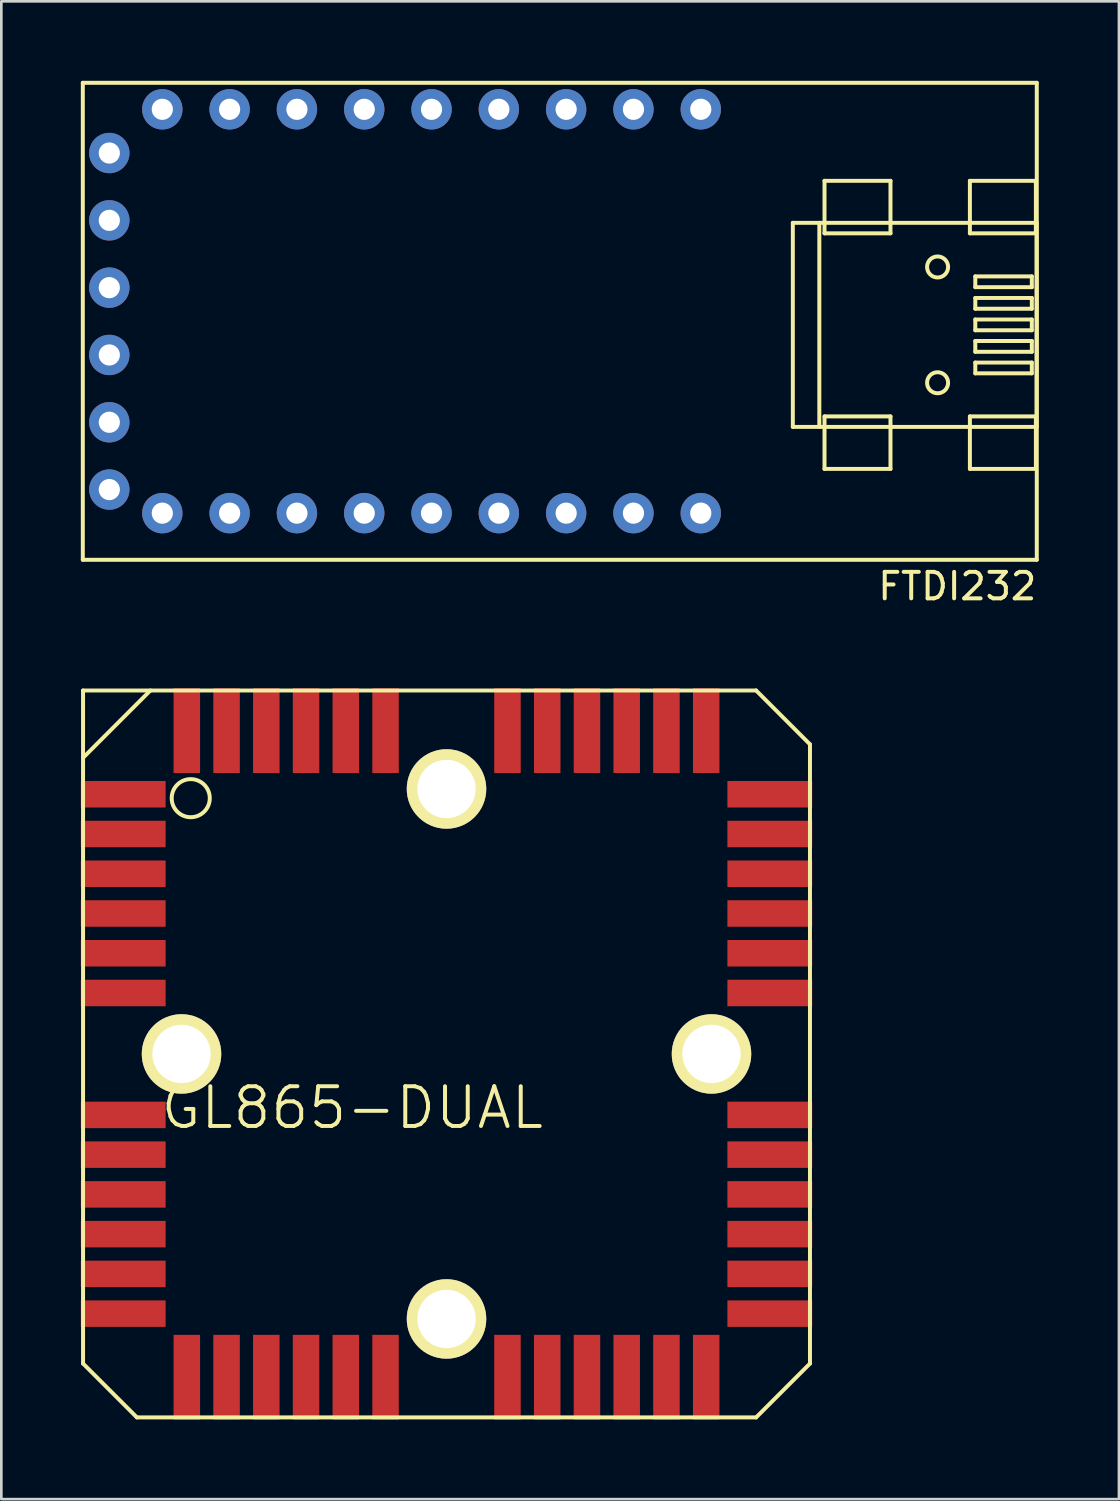
<source format=kicad_pcb>
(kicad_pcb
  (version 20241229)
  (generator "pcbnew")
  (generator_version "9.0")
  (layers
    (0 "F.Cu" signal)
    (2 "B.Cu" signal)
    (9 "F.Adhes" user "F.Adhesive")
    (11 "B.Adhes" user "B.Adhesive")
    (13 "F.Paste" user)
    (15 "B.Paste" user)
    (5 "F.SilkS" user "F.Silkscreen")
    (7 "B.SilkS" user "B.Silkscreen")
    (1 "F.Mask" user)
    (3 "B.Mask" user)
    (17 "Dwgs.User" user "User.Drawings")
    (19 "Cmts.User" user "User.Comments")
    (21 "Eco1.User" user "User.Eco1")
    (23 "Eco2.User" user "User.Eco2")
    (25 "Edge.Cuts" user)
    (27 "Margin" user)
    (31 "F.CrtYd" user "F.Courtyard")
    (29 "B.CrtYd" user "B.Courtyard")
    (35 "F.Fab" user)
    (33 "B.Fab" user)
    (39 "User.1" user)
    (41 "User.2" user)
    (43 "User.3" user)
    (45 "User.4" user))
  (footprint "GL865-DUAL"
    (layer "F.Cu")
    (at 13.8 36.723)
    (property "Reference" "GL865-DUAL" (at -3.556 2.032 0) (layer "F.SilkS") (effects (font (size 1.5 1.5) (thickness 0.15))))
    (attr through_hole)
    (fp_line (start -13.716 -13.716) (end -13.716 11.684) (stroke (width 0.15) (type solid)) (layer "F.SilkS"))
    (fp_line (start -13.716 -11.176) (end -11.176 -13.716) (stroke (width 0.15) (type solid)) (layer "F.SilkS"))
    (fp_line (start -13.716 11.684) (end -11.684 13.716) (stroke (width 0.15) (type solid)) (layer "F.SilkS"))
    (fp_line (start -11.684 13.716) (end 11.684 13.716) (stroke (width 0.15) (type solid)) (layer "F.SilkS"))
    (fp_line (start 11.684 -13.716) (end -13.716 -13.716) (stroke (width 0.15) (type solid)) (layer "F.SilkS"))
    (fp_line (start 11.684 13.716) (end 13.716 11.684) (stroke (width 0.15) (type solid)) (layer "F.SilkS"))
    (fp_line (start 13.716 -11.684) (end 11.684 -13.716) (stroke (width 0.15) (type solid)) (layer "F.SilkS"))
    (fp_line (start 13.716 11.684) (end 13.716 -11.684) (stroke (width 0.15) (type solid)) (layer "F.SilkS"))
    (fp_circle (center -9.652 -9.652) (end -9.144 -9.144) (stroke (width 0.15) (type solid)) (fill no) (layer "F.SilkS"))
    (pad "" np_thru_hole circle (at -10 0) (size 3 3) (drill 2.2) (layers "*.Cu" "*.Mask" "F.SilkS"))
    (pad "" np_thru_hole circle (at 0 -10) (size 3 3) (drill 2.2) (layers "*.Cu" "*.Mask" "F.SilkS"))
    (pad "" np_thru_hole circle (at 0 10) (size 3 3) (drill 2.2) (layers "*.Cu" "*.Mask" "F.SilkS"))
    (pad "" np_thru_hole circle (at 10 0) (size 3 3) (drill 2.2) (layers "*.Cu" "*.Mask" "F.SilkS"))
    (pad "1" smd rect (at -12.2 -9.8) (size 3.2 1) (layers "F.Cu" "F.Mask" "F.Paste"))
    (pad "2" smd rect (at -12.2 -8.3) (size 3.2 1) (layers "F.Cu" "F.Mask" "F.Paste"))
    (pad "3" smd rect (at -12.2 -6.8) (size 3.2 1) (layers "F.Cu" "F.Mask" "F.Paste"))
    (pad "4" smd rect (at -12.2 -5.3) (size 3.2 1) (layers "F.Cu" "F.Mask" "F.Paste"))
    (pad "5" smd rect (at -12.2 -3.8) (size 3.2 1) (layers "F.Cu" "F.Mask" "F.Paste"))
    (pad "6" smd rect (at -12.2 -2.3) (size 3.2 1) (layers "F.Cu" "F.Mask" "F.Paste"))
    (pad "7" smd rect (at -12.2 2.3) (size 3.2 1) (layers "F.Cu" "F.Mask" "F.Paste"))
    (pad "8" smd rect (at -12.2 3.8) (size 3.2 1) (layers "F.Cu" "F.Mask" "F.Paste"))
    (pad "9" smd rect (at -12.2 5.3) (size 3.2 1) (layers "F.Cu" "F.Mask" "F.Paste"))
    (pad "10" smd rect (at -12.2 6.8) (size 3.2 1) (layers "F.Cu" "F.Mask" "F.Paste"))
    (pad "11" smd rect (at -12.2 8.3) (size 3.2 1) (layers "F.Cu" "F.Mask" "F.Paste"))
    (pad "12" smd rect (at -12.2 9.8) (size 3.2 1) (layers "F.Cu" "F.Mask" "F.Paste"))
    (pad "13" smd rect (at -9.8 12.2) (size 1 3.2) (layers "F.Cu" "F.Mask" "F.Paste"))
    (pad "14" smd rect (at -8.3 12.2) (size 1 3.2) (layers "F.Cu" "F.Mask" "F.Paste"))
    (pad "15" smd rect (at -6.8 12.2) (size 1 3.2) (layers "F.Cu" "F.Mask" "F.Paste"))
    (pad "16" smd rect (at -5.3 12.2) (size 1 3.2) (layers "F.Cu" "F.Mask" "F.Paste"))
    (pad "17" smd rect (at -3.8 12.2) (size 1 3.2) (layers "F.Cu" "F.Mask" "F.Paste"))
    (pad "18" smd rect (at -2.3 12.2) (size 1 3.2) (layers "F.Cu" "F.Mask" "F.Paste"))
    (pad "19" smd rect (at 2.3 12.2) (size 1 3.2) (layers "F.Cu" "F.Mask" "F.Paste"))
    (pad "20" smd rect (at 3.8 12.2) (size 1 3.2) (layers "F.Cu" "F.Mask" "F.Paste"))
    (pad "21" smd rect (at 5.3 12.2) (size 1 3.2) (layers "F.Cu" "F.Mask" "F.Paste"))
    (pad "22" smd rect (at 6.8 12.2) (size 1 3.2) (layers "F.Cu" "F.Mask" "F.Paste"))
    (pad "23" smd rect (at 8.3 12.2) (size 1 3.2) (layers "F.Cu" "F.Mask" "F.Paste"))
    (pad "24" smd rect (at 9.8 12.2) (size 1 3.2) (layers "F.Cu" "F.Mask" "F.Paste"))
    (pad "25" smd rect (at 12.2 9.8) (size 3.2 1) (layers "F.Cu" "F.Mask" "F.Paste"))
    (pad "26" smd rect (at 12.2 8.3) (size 3.2 1) (layers "F.Cu" "F.Mask" "F.Paste"))
    (pad "27" smd rect (at 12.2 6.8) (size 3.2 1) (layers "F.Cu" "F.Mask" "F.Paste"))
    (pad "28" smd rect (at 12.2 5.3) (size 3.2 1) (layers "F.Cu" "F.Mask" "F.Paste"))
    (pad "29" smd rect (at 12.2 3.8) (size 3.2 1) (layers "F.Cu" "F.Mask" "F.Paste"))
    (pad "30" smd rect (at 12.2 2.3) (size 3.2 1) (layers "F.Cu" "F.Mask" "F.Paste"))
    (pad "31" smd rect (at 12.2 -2.3) (size 3.2 1) (layers "F.Cu" "F.Mask" "F.Paste"))
    (pad "32" smd rect (at 12.2 -3.8) (size 3.2 1) (layers "F.Cu" "F.Mask" "F.Paste"))
    (pad "33" smd rect (at 12.2 -5.3) (size 3.2 1) (layers "F.Cu" "F.Mask" "F.Paste"))
    (pad "34" smd rect (at 12.2 -6.8) (size 3.2 1) (layers "F.Cu" "F.Mask" "F.Paste"))
    (pad "35" smd rect (at 12.2 -8.3) (size 3.2 1) (layers "F.Cu" "F.Mask" "F.Paste"))
    (pad "36" smd rect (at 12.2 -9.8) (size 3.2 1) (layers "F.Cu" "F.Mask" "F.Paste"))
    (pad "37" smd rect (at 9.8 -12.2) (size 1 3.2) (layers "F.Cu" "F.Mask" "F.Paste"))
    (pad "38" smd rect (at 8.3 -12.2) (size 1 3.2) (layers "F.Cu" "F.Mask" "F.Paste"))
    (pad "39" smd rect (at 6.8 -12.2) (size 1 3.2) (layers "F.Cu" "F.Mask" "F.Paste"))
    (pad "40" smd rect (at 5.3 -12.2) (size 1 3.2) (layers "F.Cu" "F.Mask" "F.Paste"))
    (pad "41" smd rect (at 3.8 -12.2) (size 1 3.2) (layers "F.Cu" "F.Mask" "F.Paste"))
    (pad "42" smd rect (at 2.3 -12.2) (size 1 3.2) (layers "F.Cu" "F.Mask" "F.Paste"))
    (pad "43" smd rect (at -2.3 -12.2) (size 1 3.2) (layers "F.Cu" "F.Mask" "F.Paste"))
    (pad "44" smd rect (at -3.8 -12.2) (size 1 3.2) (layers "F.Cu" "F.Mask" "F.Paste"))
    (pad "45" smd rect (at -5.3 -12.2) (size 1 3.2) (layers "F.Cu" "F.Mask" "F.Paste"))
    (pad "46" smd rect (at -6.8 -12.2) (size 1 3.2) (layers "F.Cu" "F.Mask" "F.Paste"))
    (pad "47" smd rect (at -8.3 -12.2) (size 1 3.2) (layers "F.Cu" "F.Mask" "F.Paste"))
    (pad "48" smd rect (at -9.8 -12.2) (size 1 3.2) (layers "F.Cu" "F.Mask" "F.Paste")))
  (footprint "FTDI232"
    (layer "F.Cu")
    (at 18.075 9.075)
    (property "Reference" "FTDI232" (at 15 10 0) (layer "F.SilkS") (effects (font (size 1 1) (thickness 0.15))))
    (attr smd)
    (fp_line (start -18 -9) (end -18 9) (stroke (width 0.15) (type solid)) (layer "F.SilkS"))
    (fp_line (start -18 9) (end 18 9) (stroke (width 0.15) (type solid)) (layer "F.SilkS"))
    (fp_line (start 8.794 -3.716) (end 8.794 3.985) (stroke (width 0.15) (type solid)) (layer "F.SilkS"))
    (fp_line (start 8.794 3.985) (end 17.994 3.985) (stroke (width 0.15) (type solid)) (layer "F.SilkS"))
    (fp_line (start 9.794 -3.716) (end 9.794 3.985) (stroke (width 0.15) (type solid)) (layer "F.SilkS"))
    (fp_line (start 9.99 -5.301) (end 12.479 -5.301) (stroke (width 0.15) (type solid)) (layer "F.SilkS"))
    (fp_line (start 9.99 -3.32) (end 9.99 -5.301) (stroke (width 0.15) (type solid)) (layer "F.SilkS"))
    (fp_line (start 9.99 3.589) (end 12.479 3.589) (stroke (width 0.15) (type solid)) (layer "F.SilkS"))
    (fp_line (start 9.99 5.57) (end 9.99 3.589) (stroke (width 0.15) (type solid)) (layer "F.SilkS"))
    (fp_line (start 12.479 -5.301) (end 12.479 -3.32) (stroke (width 0.15) (type solid)) (layer "F.SilkS"))
    (fp_line (start 12.479 -3.32) (end 9.99 -3.32) (stroke (width 0.15) (type solid)) (layer "F.SilkS"))
    (fp_line (start 12.479 3.589) (end 12.479 5.57) (stroke (width 0.15) (type solid)) (layer "F.SilkS"))
    (fp_line (start 12.479 5.57) (end 9.99 5.57) (stroke (width 0.15) (type solid)) (layer "F.SilkS"))
    (fp_line (start 15.476 -5.301) (end 17.966 -5.301) (stroke (width 0.15) (type solid)) (layer "F.SilkS"))
    (fp_line (start 15.476 -3.32) (end 15.476 -5.301) (stroke (width 0.15) (type solid)) (layer "F.SilkS"))
    (fp_line (start 15.476 3.589) (end 17.966 3.589) (stroke (width 0.15) (type solid)) (layer "F.SilkS"))
    (fp_line (start 15.476 5.57) (end 15.476 3.589) (stroke (width 0.15) (type solid)) (layer "F.SilkS"))
    (fp_line (start 15.68 -1.694) (end 15.68 -1.288) (stroke (width 0.15) (type solid)) (layer "F.SilkS"))
    (fp_line (start 15.68 -1.288) (end 17.813 -1.288) (stroke (width 0.15) (type solid)) (layer "F.SilkS"))
    (fp_line (start 15.68 -0.881) (end 15.68 -0.475) (stroke (width 0.15) (type solid)) (layer "F.SilkS"))
    (fp_line (start 15.68 -0.475) (end 17.813 -0.475) (stroke (width 0.15) (type solid)) (layer "F.SilkS"))
    (fp_line (start 15.68 -0.068) (end 15.68 0.338) (stroke (width 0.15) (type solid)) (layer "F.SilkS"))
    (fp_line (start 15.68 0.338) (end 17.813 0.338) (stroke (width 0.15) (type solid)) (layer "F.SilkS"))
    (fp_line (start 15.68 0.744) (end 15.68 1.151) (stroke (width 0.15) (type solid)) (layer "F.SilkS"))
    (fp_line (start 15.68 1.151) (end 17.813 1.151) (stroke (width 0.15) (type solid)) (layer "F.SilkS"))
    (fp_line (start 15.68 1.557) (end 15.68 1.964) (stroke (width 0.15) (type solid)) (layer "F.SilkS"))
    (fp_line (start 15.68 1.964) (end 17.813 1.964) (stroke (width 0.15) (type solid)) (layer "F.SilkS"))
    (fp_line (start 17.813 -1.694) (end 15.68 -1.694) (stroke (width 0.15) (type solid)) (layer "F.SilkS"))
    (fp_line (start 17.813 -1.288) (end 17.813 -1.694) (stroke (width 0.15) (type solid)) (layer "F.SilkS"))
    (fp_line (start 17.813 -0.881) (end 15.68 -0.881) (stroke (width 0.15) (type solid)) (layer "F.SilkS"))
    (fp_line (start 17.813 -0.475) (end 17.813 -0.881) (stroke (width 0.15) (type solid)) (layer "F.SilkS"))
    (fp_line (start 17.813 -0.068) (end 15.68 -0.068) (stroke (width 0.15) (type solid)) (layer "F.SilkS"))
    (fp_line (start 17.813 0.338) (end 17.813 -0.068) (stroke (width 0.15) (type solid)) (layer "F.SilkS"))
    (fp_line (start 17.813 0.744) (end 15.68 0.744) (stroke (width 0.15) (type solid)) (layer "F.SilkS"))
    (fp_line (start 17.813 1.151) (end 17.813 0.744) (stroke (width 0.15) (type solid)) (layer "F.SilkS"))
    (fp_line (start 17.813 1.557) (end 15.68 1.557) (stroke (width 0.15) (type solid)) (layer "F.SilkS"))
    (fp_line (start 17.813 1.964) (end 17.813 1.557) (stroke (width 0.15) (type solid)) (layer "F.SilkS"))
    (fp_line (start 17.966 -5.301) (end 17.966 -3.32) (stroke (width 0.15) (type solid)) (layer "F.SilkS"))
    (fp_line (start 17.966 -3.32) (end 15.476 -3.32) (stroke (width 0.15) (type solid)) (layer "F.SilkS"))
    (fp_line (start 17.966 3.589) (end 17.966 5.57) (stroke (width 0.15) (type solid)) (layer "F.SilkS"))
    (fp_line (start 17.966 5.57) (end 15.476 5.57) (stroke (width 0.15) (type solid)) (layer "F.SilkS"))
    (fp_line (start 17.994 -3.716) (end 8.794 -3.716) (stroke (width 0.15) (type solid)) (layer "F.SilkS"))
    (fp_line (start 17.994 3.985) (end 17.994 -3.716) (stroke (width 0.15) (type solid)) (layer "F.SilkS"))
    (fp_line (start 18 -9) (end -18 -9) (stroke (width 0.15) (type solid)) (layer "F.SilkS"))
    (fp_line (start 18 9) (end 18 -9) (stroke (width 0.15) (type solid)) (layer "F.SilkS"))
    (fp_circle (center 14.257 -2.05) (end 14.562 -1.796) (stroke (width 0.15) (type solid)) (fill no) (layer "F.SilkS"))
    (fp_circle (center 14.257 2.319) (end 14.511 2.624) (stroke (width 0.15) (type solid)) (fill no) (layer "F.SilkS"))
    (pad "1" thru_hole circle (at 5.32 -8) (size 1.524 1.524) (drill 0.8) (layers "*.Cu" "*.Mask"))
    (pad "2" thru_hole circle (at 2.78 -8) (size 1.524 1.524) (drill 0.8) (layers "*.Cu" "*.Mask"))
    (pad "3" thru_hole circle (at 0.24 -8) (size 1.524 1.524) (drill 0.8) (layers "*.Cu" "*.Mask"))
    (pad "4" thru_hole circle (at -17 3.81) (size 1.524 1.524) (drill 0.8) (layers "*.Cu" "*.Mask"))
    (pad "4" thru_hole circle (at -2.3 -8) (size 1.524 1.524) (drill 0.8) (layers "*.Cu" "*.Mask"))
    (pad "5" thru_hole circle (at -4.84 -8) (size 1.524 1.524) (drill 0.8) (layers "*.Cu" "*.Mask"))
    (pad "6" thru_hole circle (at -7.38 -8) (size 1.524 1.524) (drill 0.8) (layers "*.Cu" "*.Mask"))
    (pad "7" thru_hole circle (at -9.92 -8) (size 1.524 1.524) (drill 0.8) (layers "*.Cu" "*.Mask"))
    (pad "8" thru_hole circle (at -12.46 -8) (size 1.524 1.524) (drill 0.8) (layers "*.Cu" "*.Mask"))
    (pad "9" thru_hole circle (at -17 6.35) (size 1.524 1.524) (drill 0.8) (layers "*.Cu" "*.Mask"))
    (pad "9" thru_hole circle (at -15 -8) (size 1.524 1.524) (drill 0.8) (layers "*.Cu" "*.Mask"))
    (pad "10" thru_hole circle (at -17 -1.27) (size 1.524 1.524) (drill 0.8) (layers "*.Cu" "*.Mask"))
    (pad "10" thru_hole circle (at -15 7.24) (size 1.524 1.524) (drill 0.8) (layers "*.Cu" "*.Mask"))
    (pad "11" thru_hole circle (at -17 -6.35) (size 1.524 1.524) (drill 0.8) (layers "*.Cu" "*.Mask"))
    (pad "11" thru_hole circle (at -12.46 7.24) (size 1.524 1.524) (drill 0.8) (layers "*.Cu" "*.Mask"))
    (pad "12" thru_hole circle (at -9.92 7.24) (size 1.524 1.524) (drill 0.8) (layers "*.Cu" "*.Mask"))
    (pad "13" thru_hole circle (at -17 1.27) (size 1.524 1.524) (drill 0.8) (layers "*.Cu" "*.Mask"))
    (pad "13" thru_hole circle (at -7.38 7.24) (size 1.524 1.524) (drill 0.8) (layers "*.Cu" "*.Mask"))
    (pad "14" thru_hole circle (at -17 -3.81) (size 1.524 1.524) (drill 0.8) (layers "*.Cu" "*.Mask"))
    (pad "14" thru_hole circle (at -4.84 7.24) (size 1.524 1.524) (drill 0.8) (layers "*.Cu" "*.Mask"))
    (pad "15" thru_hole circle (at -2.3 7.24) (size 1.524 1.524) (drill 0.8) (layers "*.Cu" "*.Mask"))
    (pad "16" thru_hole circle (at 0.24 7.24) (size 1.524 1.524) (drill 0.8) (layers "*.Cu" "*.Mask"))
    (pad "17" thru_hole circle (at 2.78 7.24) (size 1.524 1.524) (drill 0.8) (layers "*.Cu" "*.Mask"))
    (pad "18" thru_hole circle (at 5.32 7.24) (size 1.524 1.524) (drill 0.8) (layers "*.Cu" "*.Mask")))
  (gr_rect
    (start -3 -3)
    (end 39.176 53.523)
    (stroke (width 0.1) (type default))
    (fill no)
    (layer "Edge.Cuts")))
</source>
